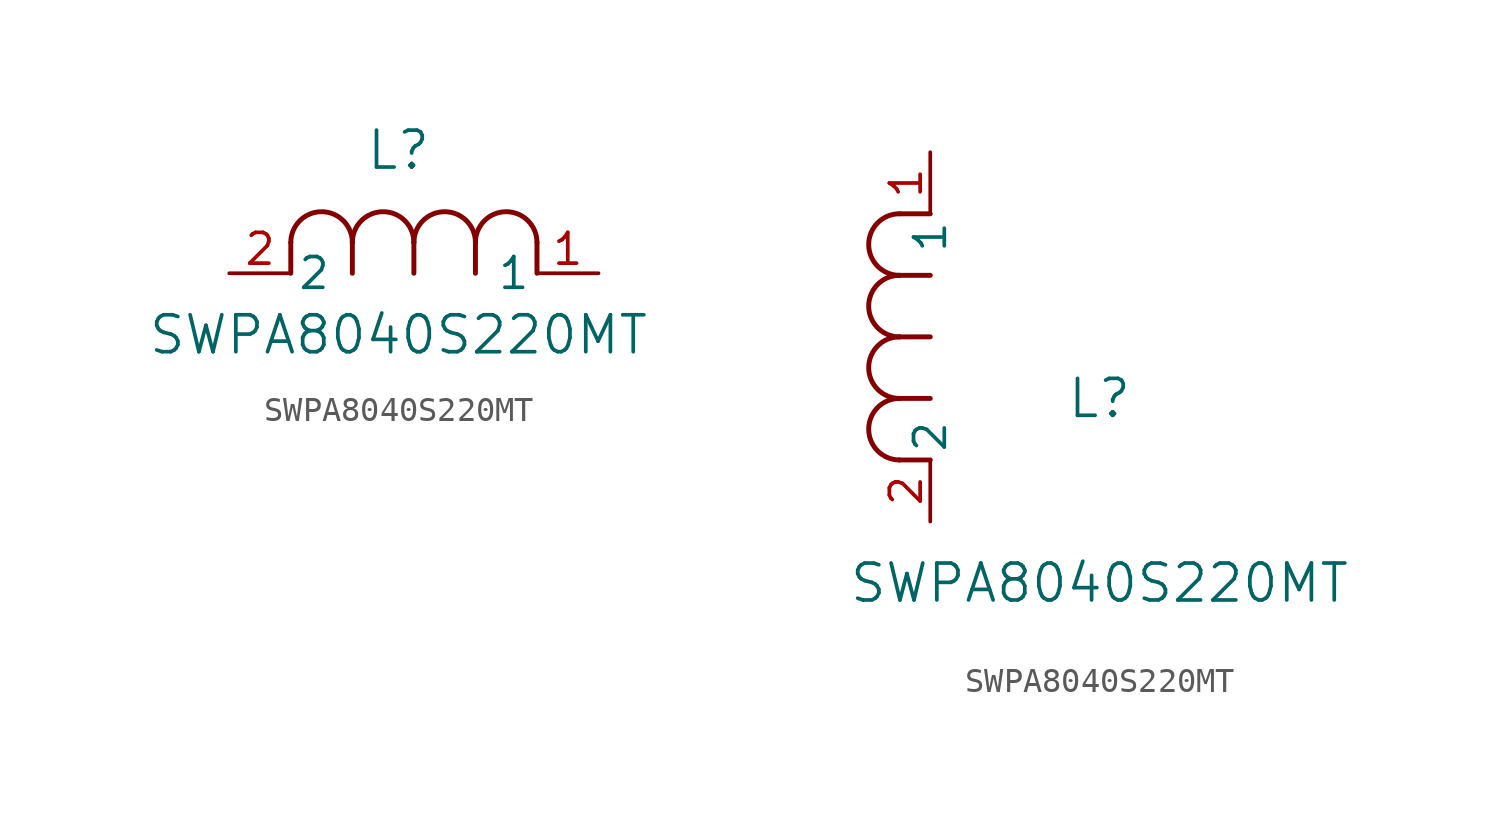
<source format=kicad_sym>
(kicad_symbol_lib
  (version 20211014)
  (generator kicad_symbol_editor)
  (symbol "SWPA8040S220MT"
    (pin_names
      (offset 0.254))
    (property "Reference" "L"
      (at 6.985 5.08 0)
      (effects (font (size 1.524 1.524))))
    (property "Value" "SWPA8040S220MT"
      (at 6.985 -2.54 0)
      (effects (font (size 1.524 1.524))))
    (symbol "SWPA8040S220MT_1_1"
      (arc (start 7.62 1.27) (mid 6.35 2.54) (end 5.08 1.27) (stroke (width 0.2032) (type default) (color 0 0 0 0)) (fill (type none)))
      (polyline (pts (xy 5.08 0) (xy 5.08 1.27)) (stroke (width 0.203) (type default) (color 0 0 0 0)) (fill (type none)))
      (polyline (pts (xy 7.62 0) (xy 7.62 1.27)) (stroke (width 0.203) (type default) (color 0 0 0 0)) (fill (type none)))
      (polyline (pts (xy 12.7 0) (xy 12.7 1.27)) (stroke (width 0.203) (type default) (color 0 0 0 0)) (fill (type none)))
      (arc (start 5.08 1.27) (mid 3.81 2.54) (end 2.54 1.27) (stroke (width 0.2032) (type default) (color 0 0 0 0)) (fill (type none)))
      (arc (start 10.16 1.27) (mid 8.89 2.54) (end 7.62 1.27) (stroke (width 0.2032) (type default) (color 0 0 0 0)) (fill (type none)))
      (arc (start 12.7 1.27) (mid 11.43 2.54) (end 10.16 1.27) (stroke (width 0.2032) (type default) (color 0 0 0 0)) (fill (type none)))
      (polyline (pts (xy 2.54 0) (xy 2.54 1.27)) (stroke (width 0.203) (type default) (color 0 0 0 0)) (fill (type none)))
      (polyline (pts (xy 10.16 0) (xy 10.16 1.27)) (stroke (width 0.203) (type default) (color 0 0 0 0)) (fill (type none)))
      (pin unspecified line (at 0 0 0) (length 2.54) (name "2" (effects (font (size 1.27 1.27)))) (number "2" (effects (font (size 1.27 1.27)))))
      (pin unspecified line (at 15.24 0 180) (length 2.54) (name "1" (effects (font (size 1.27 1.27)))) (number "1" (effects (font (size 1.27 1.27))))))
    (symbol "SWPA8040S220MT_1_2"
      (arc (start -1.27 7.62) (mid -2.54 6.35) (end -1.27 5.08) (stroke (width 0.2032) (type default) (color 0 0 0 0)) (fill (type none)))
      (arc (start -1.27 5.08) (mid -2.54 3.81) (end -1.27 2.54) (stroke (width 0.2032) (type default) (color 0 0 0 0)) (fill (type none)))
      (arc (start -1.27 12.7) (mid -2.54 11.43) (end -1.27 10.16) (stroke (width 0.2032) (type default) (color 0 0 0 0)) (fill (type none)))
      (arc (start -1.27 10.16) (mid -2.54 8.89) (end -1.27 7.62) (stroke (width 0.2032) (type default) (color 0 0 0 0)) (fill (type none)))
      (polyline (pts (xy 0 7.62) (xy -1.27 7.62)) (stroke (width 0.203) (type default) (color 0 0 0 0)) (fill (type none)))
      (polyline (pts (xy 0 5.08) (xy -1.27 5.08)) (stroke (width 0.203) (type default) (color 0 0 0 0)) (fill (type none)))
      (polyline (pts (xy 0 12.7) (xy -1.27 12.7)) (stroke (width 0.203) (type default) (color 0 0 0 0)) (fill (type none)))
      (polyline (pts (xy 0 2.54) (xy -1.27 2.54)) (stroke (width 0.203) (type default) (color 0 0 0 0)) (fill (type none)))
      (polyline (pts (xy 0 10.16) (xy -1.27 10.16)) (stroke (width 0.203) (type default) (color 0 0 0 0)) (fill (type none)))
      (pin unspecified line (at 0 0 90) (length 2.54) (name "2" (effects (font (size 1.27 1.27)))) (number "2" (effects (font (size 1.27 1.27)))))
      (pin unspecified line (at 0 15.24 270) (length 2.54) (name "1" (effects (font (size 1.27 1.27)))) (number "1" (effects (font (size 1.27 1.27))))))))
</source>
